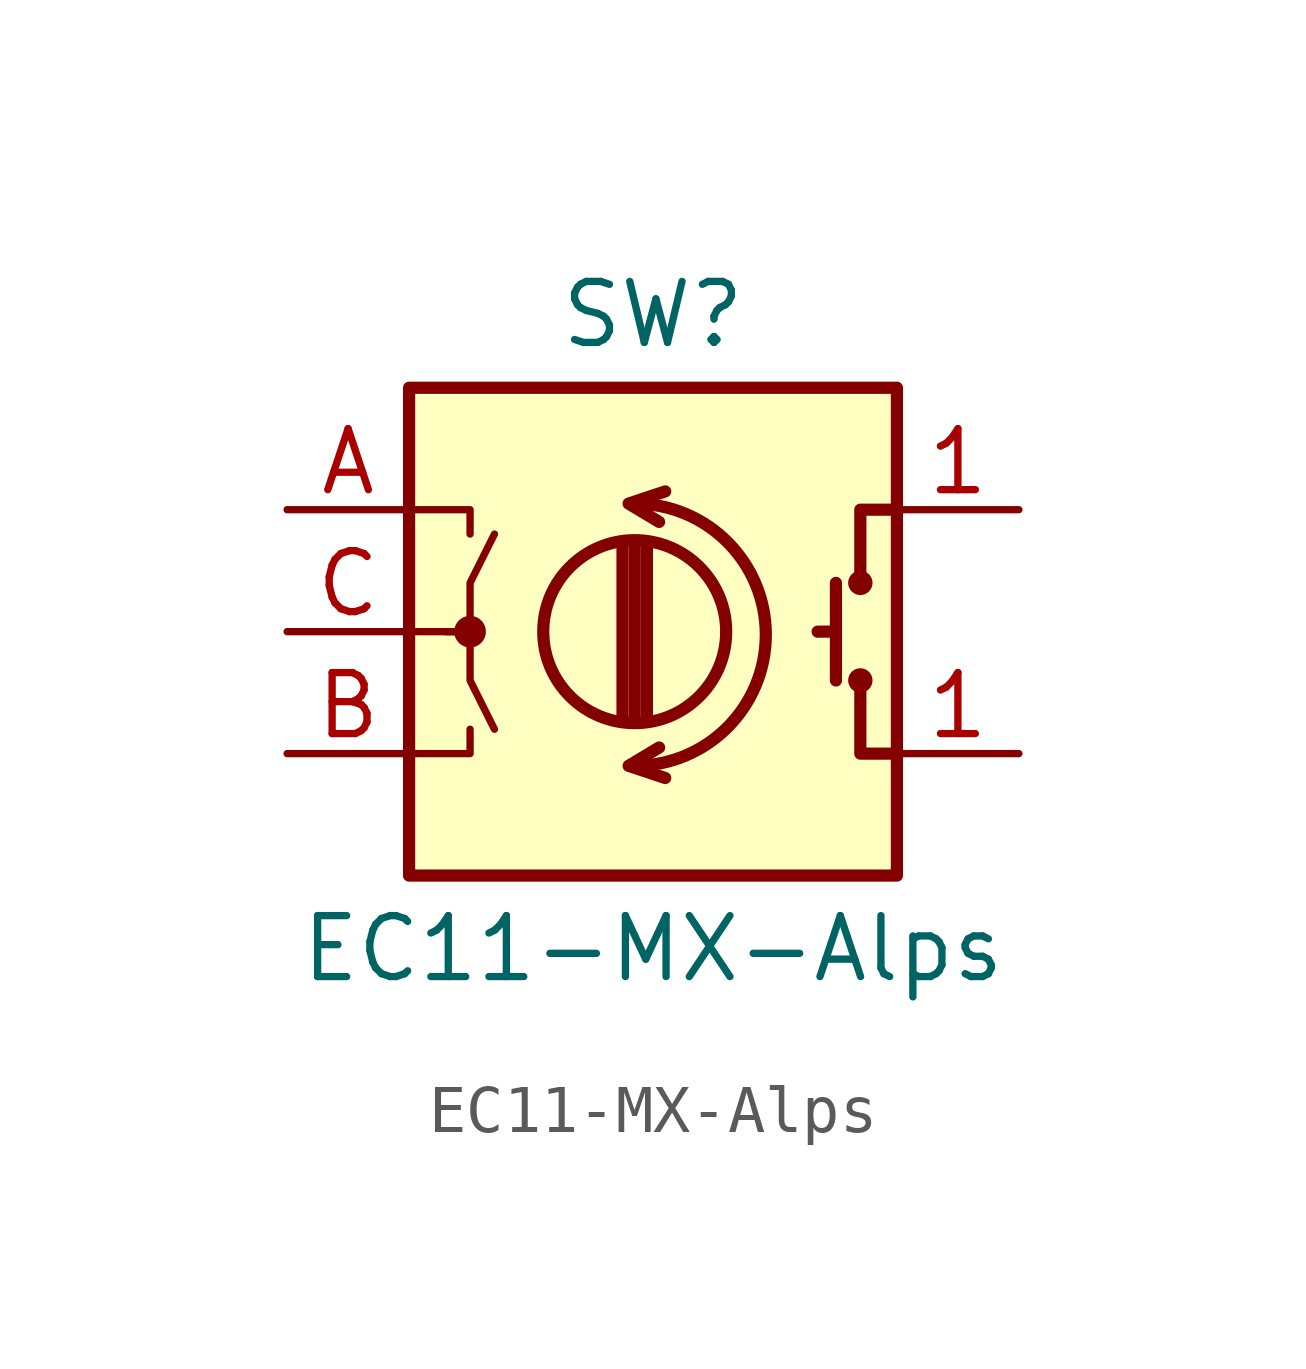
<source format=kicad_sym>
(kicad_symbol_lib
  (version 20211014)
  (generator kicad_symbol_editor)
  (symbol "EC11-MX-Alps"
    (pin_names
      (offset 0.254) hide)
    (property "Reference" "SW"
      (at 0 6.604 0)
      (effects (font (size 1.27 1.27))))
    (property "Value" "EC11-MX-Alps"
      (at 0 -6.604 0)
      (effects (font (size 1.27 1.27))))
    (symbol "EC11-MX-Alps_0_1"
      (rectangle (start -5.08 5.08) (end 5.08 -5.08) (stroke (width 0.254) (type default) (color 0 0 0 0)) (fill (type background)))
      (circle (center -3.81 0) (radius 0.254) (stroke (width 0) (type default) (color 0 0 0 0)) (fill (type outline)))
      (arc (start -0.381 -2.794) (mid 2.3622 -0.0508) (end -0.381 2.667) (stroke (width 0.254) (type default) (color 0 0 0 0)) (fill (type none)))
      (circle (center -0.381 0) (radius 1.905) (stroke (width 0.254) (type default) (color 0 0 0 0)) (fill (type none)))
      (polyline (pts (xy -0.635 -1.778) (xy -0.635 1.778)) (stroke (width 0.254) (type default) (color 0 0 0 0)) (fill (type none)))
      (polyline (pts (xy -0.381 -1.778) (xy -0.381 1.778)) (stroke (width 0.254) (type default) (color 0 0 0 0)) (fill (type none)))
      (polyline (pts (xy -0.127 1.778) (xy -0.127 -1.778)) (stroke (width 0.254) (type default) (color 0 0 0 0)) (fill (type none)))
      (polyline (pts (xy 3.81 0) (xy 3.429 0)) (stroke (width 0.254) (type default) (color 0 0 0 0)) (fill (type none)))
      (polyline (pts (xy 3.81 1.016) (xy 3.81 -1.016)) (stroke (width 0.254) (type default) (color 0 0 0 0)) (fill (type none)))
      (polyline (pts (xy -5.08 -2.54) (xy -3.81 -2.54) (xy -3.81 -2.032)) (stroke (width 0) (type default) (color 0 0 0 0)) (fill (type none)))
      (polyline (pts (xy -5.08 2.54) (xy -3.81 2.54) (xy -3.81 2.032)) (stroke (width 0) (type default) (color 0 0 0 0)) (fill (type none)))
      (polyline (pts (xy 0.254 -3.048) (xy -0.508 -2.794) (xy 0.127 -2.413)) (stroke (width 0.254) (type default) (color 0 0 0 0)) (fill (type none)))
      (polyline (pts (xy 0.254 2.921) (xy -0.508 2.667) (xy 0.127 2.286)) (stroke (width 0.254) (type default) (color 0 0 0 0)) (fill (type none)))
      (polyline (pts (xy 5.08 -2.54) (xy 4.318 -2.54) (xy 4.318 -1.016)) (stroke (width 0.254) (type default) (color 0 0 0 0)) (fill (type none)))
      (polyline (pts (xy 5.08 2.54) (xy 4.318 2.54) (xy 4.318 1.016)) (stroke (width 0.254) (type default) (color 0 0 0 0)) (fill (type none)))
      (polyline (pts (xy -5.08 0) (xy -3.81 0) (xy -3.81 -1.016) (xy -3.302 -2.032)) (stroke (width 0) (type default) (color 0 0 0 0)) (fill (type none)))
      (polyline (pts (xy -4.318 0) (xy -3.81 0) (xy -3.81 1.016) (xy -3.302 2.032)) (stroke (width 0) (type default) (color 0 0 0 0)) (fill (type none)))
      (circle (center 4.318 -1.016) (radius 0.127) (stroke (width 0.254) (type default) (color 0 0 0 0)) (fill (type none)))
      (circle (center 4.318 1.016) (radius 0.127) (stroke (width 0.254) (type default) (color 0 0 0 0)) (fill (type none))))
    (symbol "EC11-MX-Alps_1_1"
      (pin passive line (at 7.62 -2.54 180) (length 2.54) (name "1" (effects (font (size 1.27 1.27)))) (number "1" (effects (font (size 1.27 1.27)))))
      (pin passive line (at 7.62 2.54 180) (length 2.54) (name "1" (effects (font (size 1.27 1.27)))) (number "1" (effects (font (size 1.27 1.27)))))
      (pin passive line (at -7.62 2.54 0) (length 2.54) (name "A" (effects (font (size 1.27 1.27)))) (number "A" (effects (font (size 1.27 1.27)))))
      (pin passive line (at -7.62 -2.54 0) (length 2.54) (name "B" (effects (font (size 1.27 1.27)))) (number "B" (effects (font (size 1.27 1.27)))))
      (pin passive line (at -7.62 0 0) (length 2.54) (name "C" (effects (font (size 1.27 1.27)))) (number "C" (effects (font (size 1.27 1.27))))))))
</source>
